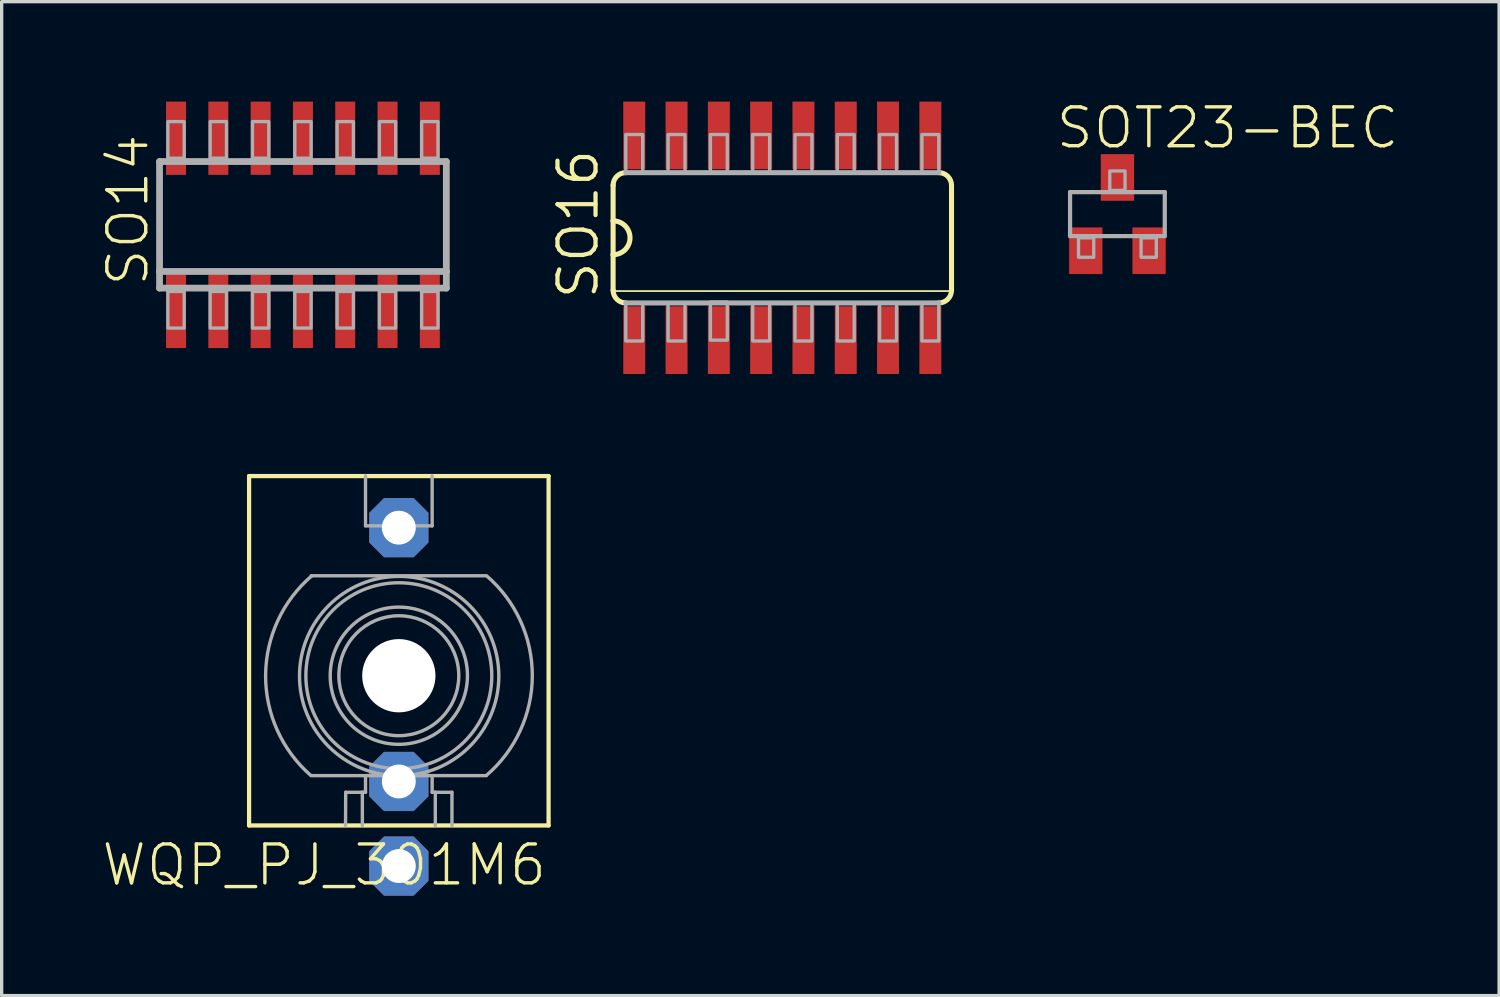
<source format=kicad_pcb>
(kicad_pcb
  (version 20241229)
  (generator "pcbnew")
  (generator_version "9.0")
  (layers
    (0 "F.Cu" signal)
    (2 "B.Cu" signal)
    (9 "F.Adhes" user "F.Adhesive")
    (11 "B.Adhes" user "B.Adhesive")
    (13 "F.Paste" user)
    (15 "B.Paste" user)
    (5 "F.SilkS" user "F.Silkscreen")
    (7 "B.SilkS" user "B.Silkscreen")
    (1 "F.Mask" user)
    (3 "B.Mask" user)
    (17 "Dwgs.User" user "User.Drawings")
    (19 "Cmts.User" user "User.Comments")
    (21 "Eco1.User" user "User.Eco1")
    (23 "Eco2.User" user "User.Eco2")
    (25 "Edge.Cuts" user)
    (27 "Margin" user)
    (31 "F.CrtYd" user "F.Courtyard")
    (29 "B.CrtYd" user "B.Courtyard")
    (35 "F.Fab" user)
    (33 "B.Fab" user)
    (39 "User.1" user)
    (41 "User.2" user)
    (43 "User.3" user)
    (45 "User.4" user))
  (footprint "WQP_PJ_301M6"
    (layer "F.Cu")
    (at 8.924 17.237)
    (property "Reference" "WQP_PJ_301M6" (at 4.5 5 0) (layer "F.SilkS") (effects (font (size 1.168 1.168) (thickness 0.102)) (justify right top)))
    (fp_line (start -4.496 -5.994) (end 4.496 -5.994) (stroke (width 0.127) (type solid)) (layer "F.SilkS"))
    (fp_line (start -4.496 4.496) (end -4.496 -5.994) (stroke (width 0.127) (type solid)) (layer "F.SilkS"))
    (fp_line (start 4.496 -5.994) (end 4.496 4.496) (stroke (width 0.127) (type solid)) (layer "F.SilkS"))
    (fp_line (start 4.496 4.496) (end -4.496 4.496) (stroke (width 0.127) (type solid)) (layer "F.SilkS"))
    (fp_line (start -2.631 -3) (end 2.62 -3) (stroke (width 0.102) (type solid)) (layer "F.Fab"))
    (fp_line (start -2.631 3) (end 2.62 3) (stroke (width 0.102) (type solid)) (layer "F.Fab"))
    (fp_line (start -1.6 4.496) (end -1.595 3.5) (stroke (width 0.102) (type solid)) (layer "F.Fab"))
    (fp_line (start -1.595 3.5) (end -1.095 3.5) (stroke (width 0.102) (type solid)) (layer "F.Fab"))
    (fp_line (start -1.095 3.5) (end -1.095 4.5) (stroke (width 0.102) (type solid)) (layer "F.Fab"))
    (fp_line (start -1.095 3.5) (end -1 3.5) (stroke (width 0.102) (type solid)) (layer "F.Fab"))
    (fp_line (start -1 -4.5) (end -1 -6) (stroke (width 0.102) (type solid)) (layer "F.Fab"))
    (fp_line (start -1 0) (end 1 0) (stroke (width 0.102) (type solid)) (layer "F.Fab"))
    (fp_line (start -1 3.5) (end -1 3) (stroke (width 0.102) (type solid)) (layer "F.Fab"))
    (fp_line (start 0 -1) (end 0 1) (stroke (width 0.102) (type solid)) (layer "F.Fab"))
    (fp_line (start 1 -6) (end 1 -4.5) (stroke (width 0.102) (type solid)) (layer "F.Fab"))
    (fp_line (start 1 -4.5) (end -1 -4.5) (stroke (width 0.102) (type solid)) (layer "F.Fab"))
    (fp_line (start 1 3) (end 1 3.5) (stroke (width 0.102) (type solid)) (layer "F.Fab"))
    (fp_line (start 1 3.5) (end 1.095 3.5) (stroke (width 0.102) (type solid)) (layer "F.Fab"))
    (fp_line (start 1.095 3.5) (end 1.095 4.5) (stroke (width 0.102) (type solid)) (layer "F.Fab"))
    (fp_line (start 1.095 3.5) (end 1.595 3.5) (stroke (width 0.102) (type solid)) (layer "F.Fab"))
    (fp_line (start 1.595 3.5) (end 1.595 4.5) (stroke (width 0.102) (type solid)) (layer "F.Fab"))
    (fp_arc (start -2.641998 2.994) (mid -3.999529 -0.012791) (end -2.608 -3.004) (stroke (width 0.1016) (type solid)) (layer "F.Fab"))
    (fp_arc (start 2.642 -2.994) (mid 4.007235 0.003208) (end 2.628 2.994) (stroke (width 0.1016) (type solid)) (layer "F.Fab"))
    (fp_circle (center 0 0) (end 1.8 0) (stroke (width 0.102) (type solid)) (fill no) (layer "F.Fab"))
    (fp_circle (center 0 0) (end 2.06 0) (stroke (width 0.102) (type solid)) (fill no) (layer "F.Fab"))
    (fp_circle (center 0 0) (end 2.791 0) (stroke (width 0.102) (type solid)) (fill no) (layer "F.Fab"))
    (fp_circle (center 0.01 0.01) (end 3.002 0.01) (stroke (width 0.102) (type solid)) (fill no) (layer "F.Fab"))
    (pad "" np_thru_hole circle (at 0 0) (size 2.2 2.2) (drill 2.2) (layers "*.Cu" "*.Mask"))
    (pad "P1" thru_hole roundrect (at 0 5.715) (size 1.778 1.778) (drill 1.016) (layers "*.Cu" "*.Mask") (roundrect_rratio 0.25) (chamfer_ratio 0.25) (chamfer top_left top_right bottom_left bottom_right))
    (pad "P2" thru_hole roundrect (at 0 3.175) (size 1.778 1.778) (drill 1.016) (layers "*.Cu" "*.Mask") (roundrect_rratio 0.25) (chamfer_ratio 0.25) (chamfer top_left top_right bottom_left bottom_right))
    (pad "P3" thru_hole roundrect (at 0 -4.445) (size 1.778 1.778) (drill 1.016) (layers "*.Cu" "*.Mask") (roundrect_rratio 0.25) (chamfer_ratio 0.25) (chamfer top_left top_right bottom_left bottom_right)))
  (footprint "SO16"
    (layer "F.Cu")
    (at 20.437 4.089)
    (property "Reference" "SO16" (at -5.461 1.905 90) (layer "F.SilkS") (effects (font (size 1.143 1.143) (thickness 0.127)) (justify left bottom)))
    (fp_line (start -5.08 -1.575) (end -5.08 -0.508) (stroke (width 0.152) (type solid)) (layer "F.SilkS"))
    (fp_line (start -5.08 -0.508) (end -5.08 0.508) (stroke (width 0.152) (type solid)) (layer "F.SilkS"))
    (fp_line (start -5.08 0.508) (end -5.08 1.575) (stroke (width 0.152) (type solid)) (layer "F.SilkS"))
    (fp_line (start -5.08 1.6) (end 5.08 1.6) (stroke (width 0.051) (type solid)) (layer "F.SilkS"))
    (fp_line (start 5.08 1.575) (end 5.08 -1.575) (stroke (width 0.152) (type solid)) (layer "F.SilkS"))
    (fp_arc (start -5.08 -1.5748) (mid -4.968408 -1.844208) (end -4.699 -1.9558) (stroke (width 0.1524) (type solid)) (layer "F.SilkS"))
    (fp_arc (start -5.08 -0.508) (mid -4.572 0) (end -5.08 0.508) (stroke (width 0.1524) (type solid)) (layer "F.SilkS"))
    (fp_arc (start -4.699 1.9558) (mid -4.968408 1.844208) (end -5.08 1.5748) (stroke (width 0.1524) (type solid)) (layer "F.SilkS"))
    (fp_arc (start 4.699 -1.9558) (mid 4.968408 -1.844208) (end 5.08 -1.5748) (stroke (width 0.1524) (type solid)) (layer "F.SilkS"))
    (fp_arc (start 5.08 1.5748) (mid 4.968408 1.844208) (end 4.699 1.9558) (stroke (width 0.1524) (type solid)) (layer "F.SilkS"))
    (fp_line (start -4.699 1.956) (end 4.699 1.956) (stroke (width 0.152) (type solid)) (layer "F.Fab"))
    (fp_line (start 4.699 -1.956) (end -4.699 -1.956) (stroke (width 0.152) (type solid)) (layer "F.Fab"))
    (fp_poly (pts (xy -4.699 -1.956) (xy -4.191 -1.956) (xy -4.191 -3.099) (xy -4.699 -3.099)) (stroke (width 0.1) (type solid)) (fill no) (layer "F.Fab"))
    (fp_poly (pts (xy -4.699 3.099) (xy -4.191 3.099) (xy -4.191 1.956) (xy -4.699 1.956)) (stroke (width 0.1) (type solid)) (fill no) (layer "F.Fab"))
    (fp_poly (pts (xy -3.429 -1.956) (xy -2.921 -1.956) (xy -2.921 -3.099) (xy -3.429 -3.099)) (stroke (width 0.1) (type solid)) (fill no) (layer "F.Fab"))
    (fp_poly (pts (xy -3.429 3.099) (xy -2.921 3.099) (xy -2.921 1.956) (xy -3.429 1.956)) (stroke (width 0.1) (type solid)) (fill no) (layer "F.Fab"))
    (fp_poly (pts (xy -2.159 -1.956) (xy -1.651 -1.956) (xy -1.651 -3.099) (xy -2.159 -3.099)) (stroke (width 0.1) (type solid)) (fill no) (layer "F.Fab"))
    (fp_poly (pts (xy -2.159 3.073) (xy -1.651 3.073) (xy -1.651 1.93) (xy -2.159 1.93)) (stroke (width 0.1) (type solid)) (fill no) (layer "F.Fab"))
    (fp_poly (pts (xy -0.889 -1.956) (xy -0.381 -1.956) (xy -0.381 -3.099) (xy -0.889 -3.099)) (stroke (width 0.1) (type solid)) (fill no) (layer "F.Fab"))
    (fp_poly (pts (xy -0.889 3.099) (xy -0.381 3.099) (xy -0.381 1.956) (xy -0.889 1.956)) (stroke (width 0.1) (type solid)) (fill no) (layer "F.Fab"))
    (fp_poly (pts (xy 0.381 -1.956) (xy 0.889 -1.956) (xy 0.889 -3.099) (xy 0.381 -3.099)) (stroke (width 0.1) (type solid)) (fill no) (layer "F.Fab"))
    (fp_poly (pts (xy 0.381 3.099) (xy 0.889 3.099) (xy 0.889 1.956) (xy 0.381 1.956)) (stroke (width 0.1) (type solid)) (fill no) (layer "F.Fab"))
    (fp_poly (pts (xy 1.651 -1.956) (xy 2.159 -1.956) (xy 2.159 -3.099) (xy 1.651 -3.099)) (stroke (width 0.1) (type solid)) (fill no) (layer "F.Fab"))
    (fp_poly (pts (xy 1.651 3.099) (xy 2.159 3.099) (xy 2.159 1.956) (xy 1.651 1.956)) (stroke (width 0.1) (type solid)) (fill no) (layer "F.Fab"))
    (fp_poly (pts (xy 2.921 -1.956) (xy 3.429 -1.956) (xy 3.429 -3.099) (xy 2.921 -3.099)) (stroke (width 0.1) (type solid)) (fill no) (layer "F.Fab"))
    (fp_poly (pts (xy 2.921 3.099) (xy 3.429 3.099) (xy 3.429 1.956) (xy 2.921 1.956)) (stroke (width 0.1) (type solid)) (fill no) (layer "F.Fab"))
    (fp_poly (pts (xy 4.191 -1.956) (xy 4.699 -1.956) (xy 4.699 -3.099) (xy 4.191 -3.099)) (stroke (width 0.1) (type solid)) (fill no) (layer "F.Fab"))
    (fp_poly (pts (xy 4.191 3.099) (xy 4.699 3.099) (xy 4.699 1.956) (xy 4.191 1.956)) (stroke (width 0.1) (type solid)) (fill no) (layer "F.Fab"))
    (pad "1" smd rect (at -4.445 3.073) (size 0.66 2.032) (layers "F.Cu" "F.Mask" "F.Paste"))
    (pad "2" smd rect (at -3.175 3.073) (size 0.66 2.032) (layers "F.Cu" "F.Mask" "F.Paste"))
    (pad "3" smd rect (at -1.905 3.073) (size 0.66 2.032) (layers "F.Cu" "F.Mask" "F.Paste"))
    (pad "4" smd rect (at -0.635 3.073) (size 0.66 2.032) (layers "F.Cu" "F.Mask" "F.Paste"))
    (pad "5" smd rect (at 0.635 3.073) (size 0.66 2.032) (layers "F.Cu" "F.Mask" "F.Paste"))
    (pad "6" smd rect (at 1.905 3.073) (size 0.66 2.032) (layers "F.Cu" "F.Mask" "F.Paste"))
    (pad "7" smd rect (at 3.175 3.073) (size 0.66 2.032) (layers "F.Cu" "F.Mask" "F.Paste"))
    (pad "8" smd rect (at 4.445 3.073) (size 0.66 2.032) (layers "F.Cu" "F.Mask" "F.Paste"))
    (pad "9" smd rect (at 4.445 -3.073) (size 0.66 2.032) (layers "F.Cu" "F.Mask" "F.Paste"))
    (pad "10" smd rect (at 3.175 -3.073) (size 0.66 2.032) (layers "F.Cu" "F.Mask" "F.Paste"))
    (pad "11" smd rect (at 1.905 -3.073) (size 0.66 2.032) (layers "F.Cu" "F.Mask" "F.Paste"))
    (pad "12" smd rect (at 0.635 -3.073) (size 0.66 2.032) (layers "F.Cu" "F.Mask" "F.Paste"))
    (pad "13" smd rect (at -0.635 -3.073) (size 0.66 2.032) (layers "F.Cu" "F.Mask" "F.Paste"))
    (pad "14" smd rect (at -1.905 -3.073) (size 0.66 2.032) (layers "F.Cu" "F.Mask" "F.Paste"))
    (pad "15" smd rect (at -3.175 -3.073) (size 0.66 2.032) (layers "F.Cu" "F.Mask" "F.Paste"))
    (pad "16" smd rect (at -4.445 -3.073) (size 0.66 2.032) (layers "F.Cu" "F.Mask" "F.Paste")))
  (footprint "SO14"
    (layer "F.Cu")
    (at 6.045 3.7)
    (property "Reference" "SO14" (at -4.572 1.905 90) (layer "F.SilkS") (effects (font (size 1.168 1.168) (thickness 0.102)) (justify left bottom)))
    (fp_line (start -4.305 -1.9) (end 4.305 -1.9) (stroke (width 0.203) (type solid)) (layer "F.Fab"))
    (fp_line (start -4.305 1.4) (end -4.305 -1.9) (stroke (width 0.203) (type solid)) (layer "F.Fab"))
    (fp_line (start -4.305 1.9) (end -4.305 1.4) (stroke (width 0.203) (type solid)) (layer "F.Fab"))
    (fp_line (start 4.305 -1.9) (end 4.305 1.4) (stroke (width 0.203) (type solid)) (layer "F.Fab"))
    (fp_line (start 4.305 1.4) (end -4.305 1.4) (stroke (width 0.203) (type solid)) (layer "F.Fab"))
    (fp_line (start 4.305 1.4) (end 4.305 1.9) (stroke (width 0.203) (type solid)) (layer "F.Fab"))
    (fp_line (start 4.305 1.9) (end -4.305 1.9) (stroke (width 0.203) (type solid)) (layer "F.Fab"))
    (fp_poly (pts (xy -4.055 -2) (xy -3.565 -2) (xy -3.565 -3.1) (xy -4.055 -3.1)) (stroke (width 0.1) (type solid)) (fill no) (layer "F.Fab"))
    (fp_poly (pts (xy -4.055 3.1) (xy -3.565 3.1) (xy -3.565 2) (xy -4.055 2)) (stroke (width 0.1) (type solid)) (fill no) (layer "F.Fab"))
    (fp_poly (pts (xy -2.785 -2) (xy -2.295 -2) (xy -2.295 -3.1) (xy -2.785 -3.1)) (stroke (width 0.1) (type solid)) (fill no) (layer "F.Fab"))
    (fp_poly (pts (xy -2.785 3.1) (xy -2.295 3.1) (xy -2.295 2) (xy -2.785 2)) (stroke (width 0.1) (type solid)) (fill no) (layer "F.Fab"))
    (fp_poly (pts (xy -1.515 -2) (xy -1.025 -2) (xy -1.025 -3.1) (xy -1.515 -3.1)) (stroke (width 0.1) (type solid)) (fill no) (layer "F.Fab"))
    (fp_poly (pts (xy -1.515 3.1) (xy -1.025 3.1) (xy -1.025 2) (xy -1.515 2)) (stroke (width 0.1) (type solid)) (fill no) (layer "F.Fab"))
    (fp_poly (pts (xy -0.245 -2) (xy 0.245 -2) (xy 0.245 -3.1) (xy -0.245 -3.1)) (stroke (width 0.1) (type solid)) (fill no) (layer "F.Fab"))
    (fp_poly (pts (xy -0.245 3.1) (xy 0.245 3.1) (xy 0.245 2) (xy -0.245 2)) (stroke (width 0.1) (type solid)) (fill no) (layer "F.Fab"))
    (fp_poly (pts (xy 1.025 -2) (xy 1.515 -2) (xy 1.515 -3.1) (xy 1.025 -3.1)) (stroke (width 0.1) (type solid)) (fill no) (layer "F.Fab"))
    (fp_poly (pts (xy 1.025 3.1) (xy 1.515 3.1) (xy 1.515 2) (xy 1.025 2)) (stroke (width 0.1) (type solid)) (fill no) (layer "F.Fab"))
    (fp_poly (pts (xy 2.295 -2) (xy 2.785 -2) (xy 2.785 -3.1) (xy 2.295 -3.1)) (stroke (width 0.1) (type solid)) (fill no) (layer "F.Fab"))
    (fp_poly (pts (xy 2.295 3.1) (xy 2.785 3.1) (xy 2.785 2) (xy 2.295 2)) (stroke (width 0.1) (type solid)) (fill no) (layer "F.Fab"))
    (fp_poly (pts (xy 3.565 -2) (xy 4.055 -2) (xy 4.055 -3.1) (xy 3.565 -3.1)) (stroke (width 0.1) (type solid)) (fill no) (layer "F.Fab"))
    (fp_poly (pts (xy 3.565 3.1) (xy 4.055 3.1) (xy 4.055 2) (xy 3.565 2)) (stroke (width 0.1) (type solid)) (fill no) (layer "F.Fab"))
    (pad "1" smd rect (at -3.81 2.6) (size 0.6 2.2) (layers "F.Cu" "F.Mask" "F.Paste"))
    (pad "2" smd rect (at -2.54 2.6) (size 0.6 2.2) (layers "F.Cu" "F.Mask" "F.Paste"))
    (pad "3" smd rect (at -1.27 2.6) (size 0.6 2.2) (layers "F.Cu" "F.Mask" "F.Paste"))
    (pad "4" smd rect (at 0 2.6) (size 0.6 2.2) (layers "F.Cu" "F.Mask" "F.Paste"))
    (pad "5" smd rect (at 1.27 2.6) (size 0.6 2.2) (layers "F.Cu" "F.Mask" "F.Paste"))
    (pad "6" smd rect (at 2.54 2.6) (size 0.6 2.2) (layers "F.Cu" "F.Mask" "F.Paste"))
    (pad "7" smd rect (at 3.81 2.6) (size 0.6 2.2) (layers "F.Cu" "F.Mask" "F.Paste"))
    (pad "8" smd rect (at 3.81 -2.6) (size 0.6 2.2) (layers "F.Cu" "F.Mask" "F.Paste"))
    (pad "9" smd rect (at 2.54 -2.6) (size 0.6 2.2) (layers "F.Cu" "F.Mask" "F.Paste"))
    (pad "10" smd rect (at 1.27 -2.6) (size 0.6 2.2) (layers "F.Cu" "F.Mask" "F.Paste"))
    (pad "11" smd rect (at 0 -2.6) (size 0.6 2.2) (layers "F.Cu" "F.Mask" "F.Paste"))
    (pad "12" smd rect (at -1.27 -2.6) (size 0.6 2.2) (layers "F.Cu" "F.Mask" "F.Paste"))
    (pad "13" smd rect (at -2.54 -2.6) (size 0.6 2.2) (layers "F.Cu" "F.Mask" "F.Paste"))
    (pad "14" smd rect (at -3.81 -2.6) (size 0.6 2.2) (layers "F.Cu" "F.Mask" "F.Paste")))
  (footprint "SOT23-BEC"
    (layer "F.Cu")
    (at 30.498 3.378)
    (property "Reference" "SOT23-BEC" (at -1.905 -1.905 0) (layer "F.SilkS") (effects (font (size 1.168 1.168) (thickness 0.102)) (justify left bottom)))
    (fp_line (start -1.422 -0.66) (end 1.422 -0.66) (stroke (width 0.127) (type solid)) (layer "F.Fab"))
    (fp_line (start -1.422 0.66) (end -1.422 -0.66) (stroke (width 0.127) (type solid)) (layer "F.Fab"))
    (fp_line (start 1.422 -0.66) (end 1.422 0.66) (stroke (width 0.127) (type solid)) (layer "F.Fab"))
    (fp_line (start 1.422 0.66) (end -1.422 0.66) (stroke (width 0.127) (type solid)) (layer "F.Fab"))
    (fp_poly (pts (xy -1.168 1.295) (xy -0.711 1.295) (xy -0.711 0.711) (xy -1.168 0.711)) (stroke (width 0.1) (type solid)) (fill no) (layer "F.Fab"))
    (fp_poly (pts (xy -0.229 -0.711) (xy 0.229 -0.711) (xy 0.229 -1.295) (xy -0.229 -1.295)) (stroke (width 0.1) (type solid)) (fill no) (layer "F.Fab"))
    (fp_poly (pts (xy 0.711 1.295) (xy 1.168 1.295) (xy 1.168 0.711) (xy 0.711 0.711)) (stroke (width 0.1) (type solid)) (fill no) (layer "F.Fab"))
    (pad "B" smd rect (at -0.95 1.1) (size 1 1.4) (layers "F.Cu" "F.Mask" "F.Paste"))
    (pad "C" smd rect (at 0 -1.1) (size 1 1.4) (layers "F.Cu" "F.Mask" "F.Paste"))
    (pad "E" smd rect (at 0.95 1.1) (size 1 1.4) (layers "F.Cu" "F.Mask" "F.Paste")))
  (gr_rect
    (start -3 -3)
    (end 41.957 26.841)
    (stroke (width 0.1) (type default))
    (fill no)
    (layer "Edge.Cuts")))
</source>
